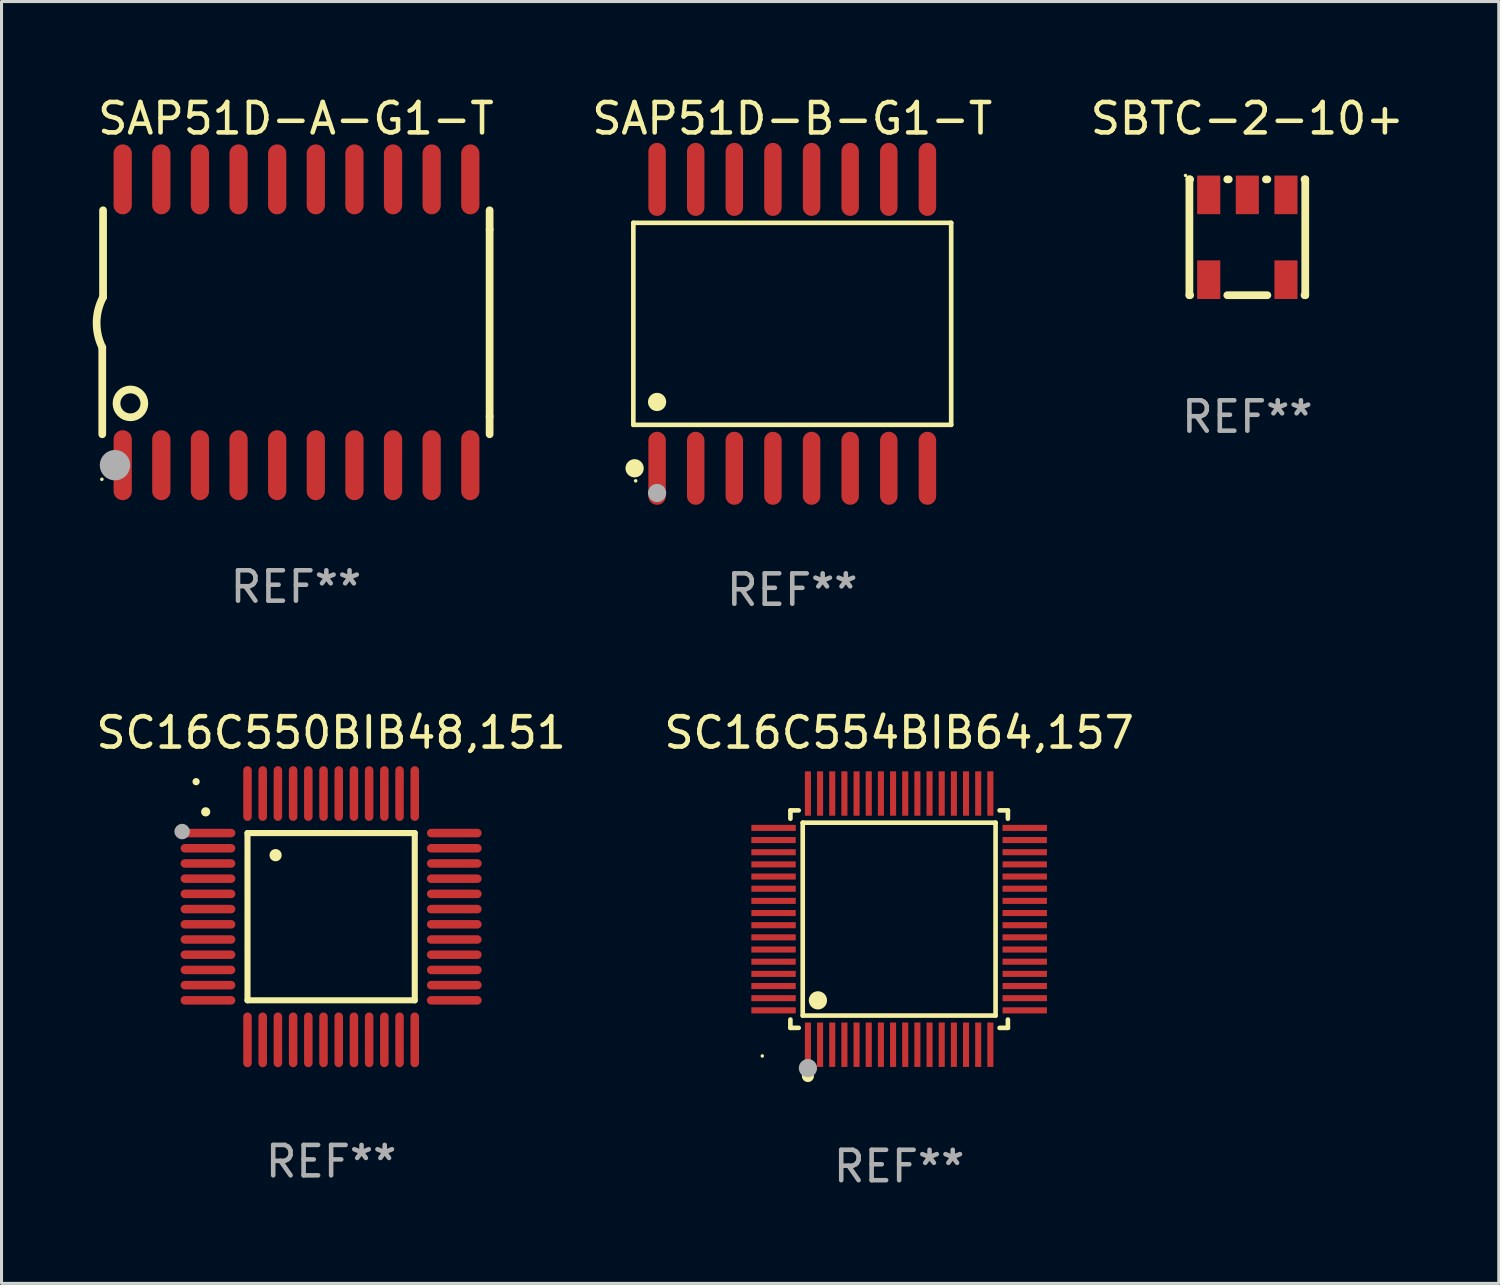
<source format=kicad_pcb>
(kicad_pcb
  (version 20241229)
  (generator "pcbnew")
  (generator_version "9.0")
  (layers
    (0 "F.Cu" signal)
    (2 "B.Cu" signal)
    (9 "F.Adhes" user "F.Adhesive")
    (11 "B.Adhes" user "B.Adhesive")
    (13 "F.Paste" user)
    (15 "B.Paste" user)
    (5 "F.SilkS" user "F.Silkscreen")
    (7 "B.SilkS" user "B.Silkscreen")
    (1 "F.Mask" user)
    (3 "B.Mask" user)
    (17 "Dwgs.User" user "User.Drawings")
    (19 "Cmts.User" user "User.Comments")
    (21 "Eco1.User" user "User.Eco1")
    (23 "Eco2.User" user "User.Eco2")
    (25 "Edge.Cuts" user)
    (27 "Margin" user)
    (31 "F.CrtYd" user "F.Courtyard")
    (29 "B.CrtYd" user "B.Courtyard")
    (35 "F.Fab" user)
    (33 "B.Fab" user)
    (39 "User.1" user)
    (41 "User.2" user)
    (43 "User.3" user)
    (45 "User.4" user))
  (footprint "SAP51D-A-G1-T"
    (layer "F.Cu")
    (at 6.682 7.548)
    (property "Reference" "SAP51D-A-G1-T" (at 0 -6.7 0) (layer "F.SilkS") (effects (font (size 1 1) (thickness 0.15))))
    (attr through_hole)
    (fp_line (start -6.369 0.826) (end -6.369 3.683) (stroke (width 0.254) (type solid)) (layer "F.SilkS"))
    (fp_line (start -6.343 -0.825) (end -6.343 -3.683) (stroke (width 0.254) (type solid)) (layer "F.SilkS"))
    (fp_line (start 6.369 -3.048) (end 6.369 -3.683) (stroke (width 0.254) (type solid)) (layer "F.SilkS"))
    (fp_line (start 6.369 -3.048) (end 6.369 3.096) (stroke (width 0.254) (type solid)) (layer "F.SilkS"))
    (fp_line (start 6.369 3.096) (end 6.369 3.683) (stroke (width 0.254) (type solid)) (layer "F.SilkS"))
    (fp_arc (start -6.36853 0.825552) (mid -6.554743 -0.00301) (end -6.343129 -0.825451) (stroke (width 0.254001) (type solid)) (layer "F.SilkS"))
    (fp_circle (center -6.382 5.163) (end -6.352 5.163) (stroke (width 0.06) (type solid)) (fill no) (layer "F.SilkS"))
    (fp_circle (center -5.443 2.667) (end -4.985 2.667) (stroke (width 0.254) (type solid)) (fill no) (layer "F.SilkS"))
    (fp_circle (center -5.951 4.699) (end -5.701 4.699) (stroke (width 0.5) (type solid)) (fill no) (layer "F.Fab"))
    (fp_text user "REF**" (at 0 8.7 0) (layer "F.Fab") (effects (font (size 1 1) (thickness 0.15))))
    (pad "1" smd oval (at -5.697 4.7 180) (size 0.6 2.3) (layers "F.Cu" "F.Mask" "F.Paste"))
    (pad "2" smd oval (at -4.427 4.7 180) (size 0.6 2.3) (layers "F.Cu" "F.Mask" "F.Paste"))
    (pad "3" smd oval (at -3.157 4.7 180) (size 0.6 2.3) (layers "F.Cu" "F.Mask" "F.Paste"))
    (pad "4" smd oval (at -1.887 4.7 180) (size 0.6 2.3) (layers "F.Cu" "F.Mask" "F.Paste"))
    (pad "5" smd oval (at -0.617 4.7 180) (size 0.6 2.3) (layers "F.Cu" "F.Mask" "F.Paste"))
    (pad "6" smd oval (at 0.653 4.7 180) (size 0.6 2.3) (layers "F.Cu" "F.Mask" "F.Paste"))
    (pad "7" smd oval (at 1.923 4.7 180) (size 0.6 2.3) (layers "F.Cu" "F.Mask" "F.Paste"))
    (pad "8" smd oval (at 3.193 4.7 180) (size 0.6 2.3) (layers "F.Cu" "F.Mask" "F.Paste"))
    (pad "9" smd oval (at 4.463 4.7 180) (size 0.6 2.3) (layers "F.Cu" "F.Mask" "F.Paste"))
    (pad "10" smd oval (at 5.734 4.7 180) (size 0.6 2.3) (layers "F.Cu" "F.Mask" "F.Paste"))
    (pad "11" smd oval (at 5.734 -4.7 180) (size 0.6 2.3) (layers "F.Cu" "F.Mask" "F.Paste"))
    (pad "12" smd oval (at 4.463 -4.7 180) (size 0.6 2.3) (layers "F.Cu" "F.Mask" "F.Paste"))
    (pad "13" smd oval (at 3.193 -4.7 180) (size 0.6 2.3) (layers "F.Cu" "F.Mask" "F.Paste"))
    (pad "14" smd oval (at 1.923 -4.7 180) (size 0.6 2.3) (layers "F.Cu" "F.Mask" "F.Paste"))
    (pad "15" smd oval (at 0.653 -4.7 180) (size 0.6 2.3) (layers "F.Cu" "F.Mask" "F.Paste"))
    (pad "16" smd oval (at -0.617 -4.7 180) (size 0.6 2.3) (layers "F.Cu" "F.Mask" "F.Paste"))
    (pad "17" smd oval (at -1.887 -4.7 180) (size 0.6 2.3) (layers "F.Cu" "F.Mask" "F.Paste"))
    (pad "18" smd oval (at -3.157 -4.7 180) (size 0.6 2.3) (layers "F.Cu" "F.Mask" "F.Paste"))
    (pad "19" smd oval (at -4.427 -4.7 180) (size 0.6 2.3) (layers "F.Cu" "F.Mask" "F.Paste"))
    (pad "20" smd oval (at -5.697 -4.7 180) (size 0.6 2.3) (layers "F.Cu" "F.Mask" "F.Paste")))
  (footprint "SAP51D-B-G1-T"
    (layer "F.Cu")
    (at 23.003 7.599)
    (property "Reference" "SAP51D-B-G1-T" (at 0 -6.75 0) (layer "F.SilkS") (effects (font (size 1 1) (thickness 0.15))))
    (attr through_hole)
    (fp_line (start -5.226 -3.321) (end 5.226 -3.321) (stroke (width 0.152) (type solid)) (layer "F.SilkS"))
    (fp_line (start -5.226 3.321) (end -5.226 -3.321) (stroke (width 0.152) (type solid)) (layer "F.SilkS"))
    (fp_line (start 5.226 -3.321) (end 5.226 3.321) (stroke (width 0.152) (type solid)) (layer "F.SilkS"))
    (fp_line (start 5.226 3.321) (end -5.226 3.321) (stroke (width 0.152) (type solid)) (layer "F.SilkS"))
    (fp_circle (center -5.184 4.75) (end -5.034 4.75) (stroke (width 0.3) (type solid)) (fill no) (layer "F.SilkS"))
    (fp_circle (center -5.15 5.163) (end -5.12 5.163) (stroke (width 0.06) (type solid)) (fill no) (layer "F.SilkS"))
    (fp_circle (center -4.445 2.569) (end -4.295 2.569) (stroke (width 0.3) (type solid)) (fill no) (layer "F.SilkS"))
    (fp_circle (center -4.445 5.563) (end -4.295 5.563) (stroke (width 0.3) (type solid)) (fill no) (layer "F.Fab"))
    (fp_text user "REF**" (at 0 8.75 0) (layer "F.Fab") (effects (font (size 1 1) (thickness 0.15))))
    (pad "1" smd oval (at -4.445 4.75) (size 0.574 2.401) (layers "F.Cu" "F.Mask" "F.Paste"))
    (pad "2" smd oval (at -3.175 4.75) (size 0.574 2.401) (layers "F.Cu" "F.Mask" "F.Paste"))
    (pad "3" smd oval (at -1.905 4.75) (size 0.574 2.401) (layers "F.Cu" "F.Mask" "F.Paste"))
    (pad "4" smd oval (at -0.635 4.75) (size 0.574 2.401) (layers "F.Cu" "F.Mask" "F.Paste"))
    (pad "5" smd oval (at 0.635 4.75) (size 0.574 2.401) (layers "F.Cu" "F.Mask" "F.Paste"))
    (pad "6" smd oval (at 1.905 4.75) (size 0.574 2.401) (layers "F.Cu" "F.Mask" "F.Paste"))
    (pad "7" smd oval (at 3.175 4.75) (size 0.574 2.401) (layers "F.Cu" "F.Mask" "F.Paste"))
    (pad "8" smd oval (at 4.445 4.75) (size 0.574 2.401) (layers "F.Cu" "F.Mask" "F.Paste"))
    (pad "9" smd oval (at 4.445 -4.75) (size 0.574 2.401) (layers "F.Cu" "F.Mask" "F.Paste"))
    (pad "10" smd oval (at 3.175 -4.75) (size 0.574 2.401) (layers "F.Cu" "F.Mask" "F.Paste"))
    (pad "11" smd oval (at 1.905 -4.75) (size 0.574 2.401) (layers "F.Cu" "F.Mask" "F.Paste"))
    (pad "12" smd oval (at 0.635 -4.75) (size 0.574 2.401) (layers "F.Cu" "F.Mask" "F.Paste"))
    (pad "13" smd oval (at -0.635 -4.75) (size 0.574 2.401) (layers "F.Cu" "F.Mask" "F.Paste"))
    (pad "14" smd oval (at -1.905 -4.75) (size 0.574 2.401) (layers "F.Cu" "F.Mask" "F.Paste"))
    (pad "15" smd oval (at -3.175 -4.75) (size 0.574 2.401) (layers "F.Cu" "F.Mask" "F.Paste"))
    (pad "16" smd oval (at -4.445 -4.75) (size 0.574 2.401) (layers "F.Cu" "F.Mask" "F.Paste")))
  (footprint "SC16C554BIB64,157"
    (layer "F.Cu")
    (at 26.518 27.175)
    (property "Reference" "SC16C554BIB64,157" (at 0 -6.13 0) (layer "F.SilkS") (effects (font (size 1 1) (thickness 0.15))))
    (attr through_hole)
    (fp_line (start -3.576 -3.576) (end -3.303 -3.576) (stroke (width 0.152) (type solid)) (layer "F.SilkS"))
    (fp_line (start -3.576 -3.303) (end -3.576 -3.576) (stroke (width 0.152) (type solid)) (layer "F.SilkS"))
    (fp_line (start -3.576 3.303) (end -3.576 3.576) (stroke (width 0.152) (type solid)) (layer "F.SilkS"))
    (fp_line (start -3.576 3.576) (end -3.303 3.576) (stroke (width 0.152) (type solid)) (layer "F.SilkS"))
    (fp_line (start -3.171 -3.171) (end 3.171 -3.171) (stroke (width 0.152) (type solid)) (layer "F.SilkS"))
    (fp_line (start -3.171 3.171) (end -3.171 -3.171) (stroke (width 0.152) (type solid)) (layer "F.SilkS"))
    (fp_line (start 3.171 -3.171) (end 3.171 3.171) (stroke (width 0.152) (type solid)) (layer "F.SilkS"))
    (fp_line (start 3.171 3.171) (end -3.171 3.171) (stroke (width 0.152) (type solid)) (layer "F.SilkS"))
    (fp_line (start 3.576 -3.576) (end 3.303 -3.576) (stroke (width 0.152) (type solid)) (layer "F.SilkS"))
    (fp_line (start 3.576 -3.303) (end 3.576 -3.576) (stroke (width 0.152) (type solid)) (layer "F.SilkS"))
    (fp_line (start 3.576 3.303) (end 3.576 3.576) (stroke (width 0.152) (type solid)) (layer "F.SilkS"))
    (fp_line (start 3.576 3.576) (end 3.303 3.576) (stroke (width 0.152) (type solid)) (layer "F.SilkS"))
    (fp_circle (center -4.5 4.5) (end -4.47 4.5) (stroke (width 0.06) (type solid)) (fill no) (layer "F.SilkS"))
    (fp_circle (center -3 5.16) (end -2.9 5.16) (stroke (width 0.2) (type solid)) (fill no) (layer "F.SilkS"))
    (fp_circle (center -2.671 2.671) (end -2.521 2.671) (stroke (width 0.3) (type solid)) (fill no) (layer "F.SilkS"))
    (fp_circle (center -3 4.9) (end -2.85 4.9) (stroke (width 0.3) (type solid)) (fill no) (layer "F.Fab"))
    (fp_text user "REF**" (at 0 8.13 0) (layer "F.Fab") (effects (font (size 1 1) (thickness 0.15))))
    (pad "1" smd rect (at -3 4.13) (size 0.2 1.46) (layers "F.Cu" "F.Mask" "F.Paste"))
    (pad "2" smd rect (at -2.6 4.13) (size 0.2 1.46) (layers "F.Cu" "F.Mask" "F.Paste"))
    (pad "3" smd rect (at -2.2 4.13) (size 0.2 1.46) (layers "F.Cu" "F.Mask" "F.Paste"))
    (pad "4" smd rect (at -1.8 4.13) (size 0.2 1.46) (layers "F.Cu" "F.Mask" "F.Paste"))
    (pad "5" smd rect (at -1.4 4.13) (size 0.2 1.46) (layers "F.Cu" "F.Mask" "F.Paste"))
    (pad "6" smd rect (at -1 4.13) (size 0.2 1.46) (layers "F.Cu" "F.Mask" "F.Paste"))
    (pad "7" smd rect (at -0.6 4.13) (size 0.2 1.46) (layers "F.Cu" "F.Mask" "F.Paste"))
    (pad "8" smd rect (at -0.2 4.13) (size 0.2 1.46) (layers "F.Cu" "F.Mask" "F.Paste"))
    (pad "9" smd rect (at 0.2 4.13) (size 0.2 1.46) (layers "F.Cu" "F.Mask" "F.Paste"))
    (pad "10" smd rect (at 0.6 4.13) (size 0.2 1.46) (layers "F.Cu" "F.Mask" "F.Paste"))
    (pad "11" smd rect (at 1 4.13) (size 0.2 1.46) (layers "F.Cu" "F.Mask" "F.Paste"))
    (pad "12" smd rect (at 1.4 4.13) (size 0.2 1.46) (layers "F.Cu" "F.Mask" "F.Paste"))
    (pad "13" smd rect (at 1.8 4.13) (size 0.2 1.46) (layers "F.Cu" "F.Mask" "F.Paste"))
    (pad "14" smd rect (at 2.2 4.13) (size 0.2 1.46) (layers "F.Cu" "F.Mask" "F.Paste"))
    (pad "15" smd rect (at 2.6 4.13) (size 0.2 1.46) (layers "F.Cu" "F.Mask" "F.Paste"))
    (pad "16" smd rect (at 3 4.13) (size 0.2 1.46) (layers "F.Cu" "F.Mask" "F.Paste"))
    (pad "17" smd rect (at 4.13 3) (size 1.46 0.2) (layers "F.Cu" "F.Mask" "F.Paste"))
    (pad "18" smd rect (at 4.13 2.6) (size 1.46 0.2) (layers "F.Cu" "F.Mask" "F.Paste"))
    (pad "19" smd rect (at 4.13 2.2) (size 1.46 0.2) (layers "F.Cu" "F.Mask" "F.Paste"))
    (pad "20" smd rect (at 4.13 1.8) (size 1.46 0.2) (layers "F.Cu" "F.Mask" "F.Paste"))
    (pad "21" smd rect (at 4.13 1.4) (size 1.46 0.2) (layers "F.Cu" "F.Mask" "F.Paste"))
    (pad "22" smd rect (at 4.13 1) (size 1.46 0.2) (layers "F.Cu" "F.Mask" "F.Paste"))
    (pad "23" smd rect (at 4.13 0.6) (size 1.46 0.2) (layers "F.Cu" "F.Mask" "F.Paste"))
    (pad "24" smd rect (at 4.13 0.2) (size 1.46 0.2) (layers "F.Cu" "F.Mask" "F.Paste"))
    (pad "25" smd rect (at 4.13 -0.2) (size 1.46 0.2) (layers "F.Cu" "F.Mask" "F.Paste"))
    (pad "26" smd rect (at 4.13 -0.6) (size 1.46 0.2) (layers "F.Cu" "F.Mask" "F.Paste"))
    (pad "27" smd rect (at 4.13 -1) (size 1.46 0.2) (layers "F.Cu" "F.Mask" "F.Paste"))
    (pad "28" smd rect (at 4.13 -1.4) (size 1.46 0.2) (layers "F.Cu" "F.Mask" "F.Paste"))
    (pad "29" smd rect (at 4.13 -1.8) (size 1.46 0.2) (layers "F.Cu" "F.Mask" "F.Paste"))
    (pad "30" smd rect (at 4.13 -2.2) (size 1.46 0.2) (layers "F.Cu" "F.Mask" "F.Paste"))
    (pad "31" smd rect (at 4.13 -2.6) (size 1.46 0.2) (layers "F.Cu" "F.Mask" "F.Paste"))
    (pad "32" smd rect (at 4.13 -3) (size 1.46 0.2) (layers "F.Cu" "F.Mask" "F.Paste"))
    (pad "33" smd rect (at 3 -4.13) (size 0.2 1.46) (layers "F.Cu" "F.Mask" "F.Paste"))
    (pad "34" smd rect (at 2.6 -4.13) (size 0.2 1.46) (layers "F.Cu" "F.Mask" "F.Paste"))
    (pad "35" smd rect (at 2.2 -4.13) (size 0.2 1.46) (layers "F.Cu" "F.Mask" "F.Paste"))
    (pad "36" smd rect (at 1.8 -4.13) (size 0.2 1.46) (layers "F.Cu" "F.Mask" "F.Paste"))
    (pad "37" smd rect (at 1.4 -4.13) (size 0.2 1.46) (layers "F.Cu" "F.Mask" "F.Paste"))
    (pad "38" smd rect (at 1 -4.13) (size 0.2 1.46) (layers "F.Cu" "F.Mask" "F.Paste"))
    (pad "39" smd rect (at 0.6 -4.13) (size 0.2 1.46) (layers "F.Cu" "F.Mask" "F.Paste"))
    (pad "40" smd rect (at 0.2 -4.13) (size 0.2 1.46) (layers "F.Cu" "F.Mask" "F.Paste"))
    (pad "41" smd rect (at -0.2 -4.13) (size 0.2 1.46) (layers "F.Cu" "F.Mask" "F.Paste"))
    (pad "42" smd rect (at -0.6 -4.13) (size 0.2 1.46) (layers "F.Cu" "F.Mask" "F.Paste"))
    (pad "43" smd rect (at -1 -4.13) (size 0.2 1.46) (layers "F.Cu" "F.Mask" "F.Paste"))
    (pad "44" smd rect (at -1.4 -4.13) (size 0.2 1.46) (layers "F.Cu" "F.Mask" "F.Paste"))
    (pad "45" smd rect (at -1.8 -4.13) (size 0.2 1.46) (layers "F.Cu" "F.Mask" "F.Paste"))
    (pad "46" smd rect (at -2.2 -4.13) (size 0.2 1.46) (layers "F.Cu" "F.Mask" "F.Paste"))
    (pad "47" smd rect (at -2.6 -4.13) (size 0.2 1.46) (layers "F.Cu" "F.Mask" "F.Paste"))
    (pad "48" smd rect (at -3 -4.13) (size 0.2 1.46) (layers "F.Cu" "F.Mask" "F.Paste"))
    (pad "49" smd rect (at -4.13 -3) (size 1.46 0.2) (layers "F.Cu" "F.Mask" "F.Paste"))
    (pad "50" smd rect (at -4.13 -2.6) (size 1.46 0.2) (layers "F.Cu" "F.Mask" "F.Paste"))
    (pad "51" smd rect (at -4.13 -2.2) (size 1.46 0.2) (layers "F.Cu" "F.Mask" "F.Paste"))
    (pad "52" smd rect (at -4.13 -1.8) (size 1.46 0.2) (layers "F.Cu" "F.Mask" "F.Paste"))
    (pad "53" smd rect (at -4.13 -1.4) (size 1.46 0.2) (layers "F.Cu" "F.Mask" "F.Paste"))
    (pad "54" smd rect (at -4.13 -1) (size 1.46 0.2) (layers "F.Cu" "F.Mask" "F.Paste"))
    (pad "55" smd rect (at -4.13 -0.6) (size 1.46 0.2) (layers "F.Cu" "F.Mask" "F.Paste"))
    (pad "56" smd rect (at -4.13 -0.2) (size 1.46 0.2) (layers "F.Cu" "F.Mask" "F.Paste"))
    (pad "57" smd rect (at -4.13 0.2) (size 1.46 0.2) (layers "F.Cu" "F.Mask" "F.Paste"))
    (pad "58" smd rect (at -4.13 0.6) (size 1.46 0.2) (layers "F.Cu" "F.Mask" "F.Paste"))
    (pad "59" smd rect (at -4.13 1) (size 1.46 0.2) (layers "F.Cu" "F.Mask" "F.Paste"))
    (pad "60" smd rect (at -4.13 1.4) (size 1.46 0.2) (layers "F.Cu" "F.Mask" "F.Paste"))
    (pad "61" smd rect (at -4.13 1.8) (size 1.46 0.2) (layers "F.Cu" "F.Mask" "F.Paste"))
    (pad "62" smd rect (at -4.13 2.2) (size 1.46 0.2) (layers "F.Cu" "F.Mask" "F.Paste"))
    (pad "63" smd rect (at -4.13 2.6) (size 1.46 0.2) (layers "F.Cu" "F.Mask" "F.Paste"))
    (pad "64" smd rect (at -4.13 3) (size 1.46 0.2) (layers "F.Cu" "F.Mask" "F.Paste")))
  (footprint "SBTC-2-10+"
    (layer "F.Cu")
    (at 37.968 4.753)
    (property "Reference" "SBTC-2-10+" (at 0 -3.905 0) (layer "F.SilkS") (effects (font (size 1 1) (thickness 0.15))))
    (attr through_hole)
    (fp_line (start -1.905 -1.905) (end -1.905 1.905) (stroke (width 0.254) (type solid)) (layer "F.SilkS"))
    (fp_line (start -1.905 1.905) (end -1.881 1.905) (stroke (width 0.254) (type solid)) (layer "F.SilkS"))
    (fp_line (start -1.881 -1.905) (end -1.905 -1.905) (stroke (width 0.254) (type solid)) (layer "F.SilkS"))
    (fp_line (start -0.659 1.905) (end 0.659 1.905) (stroke (width 0.254) (type solid)) (layer "F.SilkS"))
    (fp_line (start -0.611 -1.905) (end -0.659 -1.905) (stroke (width 0.254) (type solid)) (layer "F.SilkS"))
    (fp_line (start 0.659 -1.905) (end 0.611 -1.905) (stroke (width 0.254) (type solid)) (layer "F.SilkS"))
    (fp_line (start 1.881 1.905) (end 1.905 1.905) (stroke (width 0.254) (type solid)) (layer "F.SilkS"))
    (fp_line (start 1.905 -1.905) (end 1.881 -1.905) (stroke (width 0.254) (type solid)) (layer "F.SilkS"))
    (fp_line (start 1.905 1.905) (end 1.905 -1.905) (stroke (width 0.254) (type solid)) (layer "F.SilkS"))
    (fp_circle (center -2.032 -2.032) (end -2.002 -2.032) (stroke (width 0.06) (type solid)) (fill no) (layer "F.SilkS"))
    (fp_text user "REF**" (at 0 5.905 0) (layer "F.Fab") (effects (font (size 1 1) (thickness 0.15))))
    (pad "1" smd rect (at -1.27 -1.395) (size 0.76 1.27) (layers "F.Cu" "F.Mask" "F.Paste"))
    (pad "2" smd rect (at 0 -1.395) (size 0.76 1.27) (layers "F.Cu" "F.Mask" "F.Paste"))
    (pad "3" smd rect (at 1.27 -1.395) (size 0.76 1.27) (layers "F.Cu" "F.Mask" "F.Paste"))
    (pad "4" smd rect (at 1.27 1.395) (size 0.76 1.27) (layers "F.Cu" "F.Mask" "F.Paste"))
    (pad "6" smd rect (at -1.27 1.395) (size 0.76 1.27) (layers "F.Cu" "F.Mask" "F.Paste")))
  (footprint "SC16C550BIB48,151"
    (layer "F.Cu")
    (at 7.839 27.095)
    (property "Reference" "SC16C550BIB48,151" (at 0 -6.05 0) (layer "F.SilkS") (effects (font (size 1 1) (thickness 0.15))))
    (attr through_hole)
    (fp_line (start -2.75 -2.75) (end 2.75 -2.75) (stroke (width 0.2) (type solid)) (layer "F.SilkS"))
    (fp_line (start -2.75 2.75) (end -2.75 -2.75) (stroke (width 0.2) (type solid)) (layer "F.SilkS"))
    (fp_line (start 2.75 -2.75) (end 2.75 2.75) (stroke (width 0.2) (type solid)) (layer "F.SilkS"))
    (fp_line (start 2.75 2.75) (end -2.75 2.75) (stroke (width 0.2) (type solid)) (layer "F.SilkS"))
    (fp_arc (start -4.124968 -3.446787) (mid -4.124973 -3.448057) (end -4.124968 -3.449327) (stroke (width 0.3) (type solid)) (layer "F.SilkS"))
    (fp_arc (start -1.826264 -2.021844) (mid -1.826268 -2.023114) (end -1.826264 -2.024384) (stroke (width 0.4) (type solid)) (layer "F.SilkS"))
    (fp_circle (center -4.44 -4.44) (end -4.38 -4.44) (stroke (width 0.12) (type solid)) (fill no) (layer "F.SilkS"))
    (fp_circle (center -4.9 -2.8) (end -4.773 -2.8) (stroke (width 0.254) (type solid)) (fill no) (layer "F.Fab"))
    (fp_text user "REF**" (at 0 8.05 0) (layer "F.Fab") (effects (font (size 1 1) (thickness 0.15))))
    (pad "1" smd oval (at -4.05 -2.75 90) (size 0.28 1.8) (layers "F.Cu" "F.Mask" "F.Paste"))
    (pad "2" smd oval (at -4.05 -2.25 90) (size 0.28 1.8) (layers "F.Cu" "F.Mask" "F.Paste"))
    (pad "3" smd oval (at -4.05 -1.75 90) (size 0.28 1.8) (layers "F.Cu" "F.Mask" "F.Paste"))
    (pad "4" smd oval (at -4.05 -1.25 90) (size 0.28 1.8) (layers "F.Cu" "F.Mask" "F.Paste"))
    (pad "5" smd oval (at -4.05 -0.75 90) (size 0.28 1.8) (layers "F.Cu" "F.Mask" "F.Paste"))
    (pad "6" smd oval (at -4.05 -0.25 90) (size 0.28 1.8) (layers "F.Cu" "F.Mask" "F.Paste"))
    (pad "7" smd oval (at -4.05 0.25 90) (size 0.28 1.8) (layers "F.Cu" "F.Mask" "F.Paste"))
    (pad "8" smd oval (at -4.05 0.75 90) (size 0.28 1.8) (layers "F.Cu" "F.Mask" "F.Paste"))
    (pad "9" smd oval (at -4.05 1.25 90) (size 0.28 1.8) (layers "F.Cu" "F.Mask" "F.Paste"))
    (pad "10" smd oval (at -4.05 1.75 90) (size 0.28 1.8) (layers "F.Cu" "F.Mask" "F.Paste"))
    (pad "11" smd oval (at -4.05 2.25 90) (size 0.28 1.8) (layers "F.Cu" "F.Mask" "F.Paste"))
    (pad "12" smd oval (at -4.05 2.75 90) (size 0.28 1.8) (layers "F.Cu" "F.Mask" "F.Paste"))
    (pad "13" smd oval (at -2.75 4.05) (size 0.28 1.8) (layers "F.Cu" "F.Mask" "F.Paste"))
    (pad "14" smd oval (at -2.25 4.05) (size 0.28 1.8) (layers "F.Cu" "F.Mask" "F.Paste"))
    (pad "15" smd oval (at -1.75 4.05) (size 0.28 1.8) (layers "F.Cu" "F.Mask" "F.Paste"))
    (pad "16" smd oval (at -1.25 4.05) (size 0.28 1.8) (layers "F.Cu" "F.Mask" "F.Paste"))
    (pad "17" smd oval (at -0.75 4.05) (size 0.28 1.8) (layers "F.Cu" "F.Mask" "F.Paste"))
    (pad "18" smd oval (at -0.25 4.05) (size 0.28 1.8) (layers "F.Cu" "F.Mask" "F.Paste"))
    (pad "19" smd oval (at 0.25 4.05) (size 0.28 1.8) (layers "F.Cu" "F.Mask" "F.Paste"))
    (pad "20" smd oval (at 0.75 4.05) (size 0.28 1.8) (layers "F.Cu" "F.Mask" "F.Paste"))
    (pad "21" smd oval (at 1.25 4.05) (size 0.28 1.8) (layers "F.Cu" "F.Mask" "F.Paste"))
    (pad "22" smd oval (at 1.75 4.05) (size 0.28 1.8) (layers "F.Cu" "F.Mask" "F.Paste"))
    (pad "23" smd oval (at 2.25 4.05) (size 0.28 1.8) (layers "F.Cu" "F.Mask" "F.Paste"))
    (pad "24" smd oval (at 2.75 4.05) (size 0.28 1.8) (layers "F.Cu" "F.Mask" "F.Paste"))
    (pad "25" smd oval (at 4.05 2.75 90) (size 0.28 1.8) (layers "F.Cu" "F.Mask" "F.Paste"))
    (pad "26" smd oval (at 4.05 2.25 90) (size 0.28 1.8) (layers "F.Cu" "F.Mask" "F.Paste"))
    (pad "27" smd oval (at 4.05 1.75 90) (size 0.28 1.8) (layers "F.Cu" "F.Mask" "F.Paste"))
    (pad "28" smd oval (at 4.05 1.25 90) (size 0.28 1.8) (layers "F.Cu" "F.Mask" "F.Paste"))
    (pad "29" smd oval (at 4.05 0.75 90) (size 0.28 1.8) (layers "F.Cu" "F.Mask" "F.Paste"))
    (pad "30" smd oval (at 4.05 0.25 90) (size 0.28 1.8) (layers "F.Cu" "F.Mask" "F.Paste"))
    (pad "31" smd oval (at 4.05 -0.25 90) (size 0.28 1.8) (layers "F.Cu" "F.Mask" "F.Paste"))
    (pad "32" smd oval (at 4.05 -0.75 90) (size 0.28 1.8) (layers "F.Cu" "F.Mask" "F.Paste"))
    (pad "33" smd oval (at 4.05 -1.25 90) (size 0.28 1.8) (layers "F.Cu" "F.Mask" "F.Paste"))
    (pad "34" smd oval (at 4.05 -1.75 90) (size 0.28 1.8) (layers "F.Cu" "F.Mask" "F.Paste"))
    (pad "35" smd oval (at 4.05 -2.25 90) (size 0.28 1.8) (layers "F.Cu" "F.Mask" "F.Paste"))
    (pad "36" smd oval (at 4.05 -2.75 90) (size 0.28 1.8) (layers "F.Cu" "F.Mask" "F.Paste"))
    (pad "37" smd oval (at 2.75 -4.05) (size 0.28 1.8) (layers "F.Cu" "F.Mask" "F.Paste"))
    (pad "38" smd oval (at 2.25 -4.05) (size 0.28 1.8) (layers "F.Cu" "F.Mask" "F.Paste"))
    (pad "39" smd oval (at 1.75 -4.05) (size 0.28 1.8) (layers "F.Cu" "F.Mask" "F.Paste"))
    (pad "40" smd oval (at 1.25 -4.05) (size 0.28 1.8) (layers "F.Cu" "F.Mask" "F.Paste"))
    (pad "41" smd oval (at 0.75 -4.05) (size 0.28 1.8) (layers "F.Cu" "F.Mask" "F.Paste"))
    (pad "42" smd oval (at 0.25 -4.05) (size 0.28 1.8) (layers "F.Cu" "F.Mask" "F.Paste"))
    (pad "43" smd oval (at -0.25 -4.05) (size 0.28 1.8) (layers "F.Cu" "F.Mask" "F.Paste"))
    (pad "44" smd oval (at -0.75 -4.05) (size 0.28 1.8) (layers "F.Cu" "F.Mask" "F.Paste"))
    (pad "45" smd oval (at -1.25 -4.05) (size 0.28 1.8) (layers "F.Cu" "F.Mask" "F.Paste"))
    (pad "46" smd oval (at -1.75 -4.05) (size 0.28 1.8) (layers "F.Cu" "F.Mask" "F.Paste"))
    (pad "47" smd oval (at -2.25 -4.05) (size 0.28 1.8) (layers "F.Cu" "F.Mask" "F.Paste"))
    (pad "48" smd oval (at -2.75 -4.05) (size 0.28 1.8) (layers "F.Cu" "F.Mask" "F.Paste")))
  (gr_rect
    (start -3 -3)
    (end 46.236 39.154)
    (stroke (width 0.1) (type default))
    (fill no)
    (layer "Edge.Cuts")))
</source>
